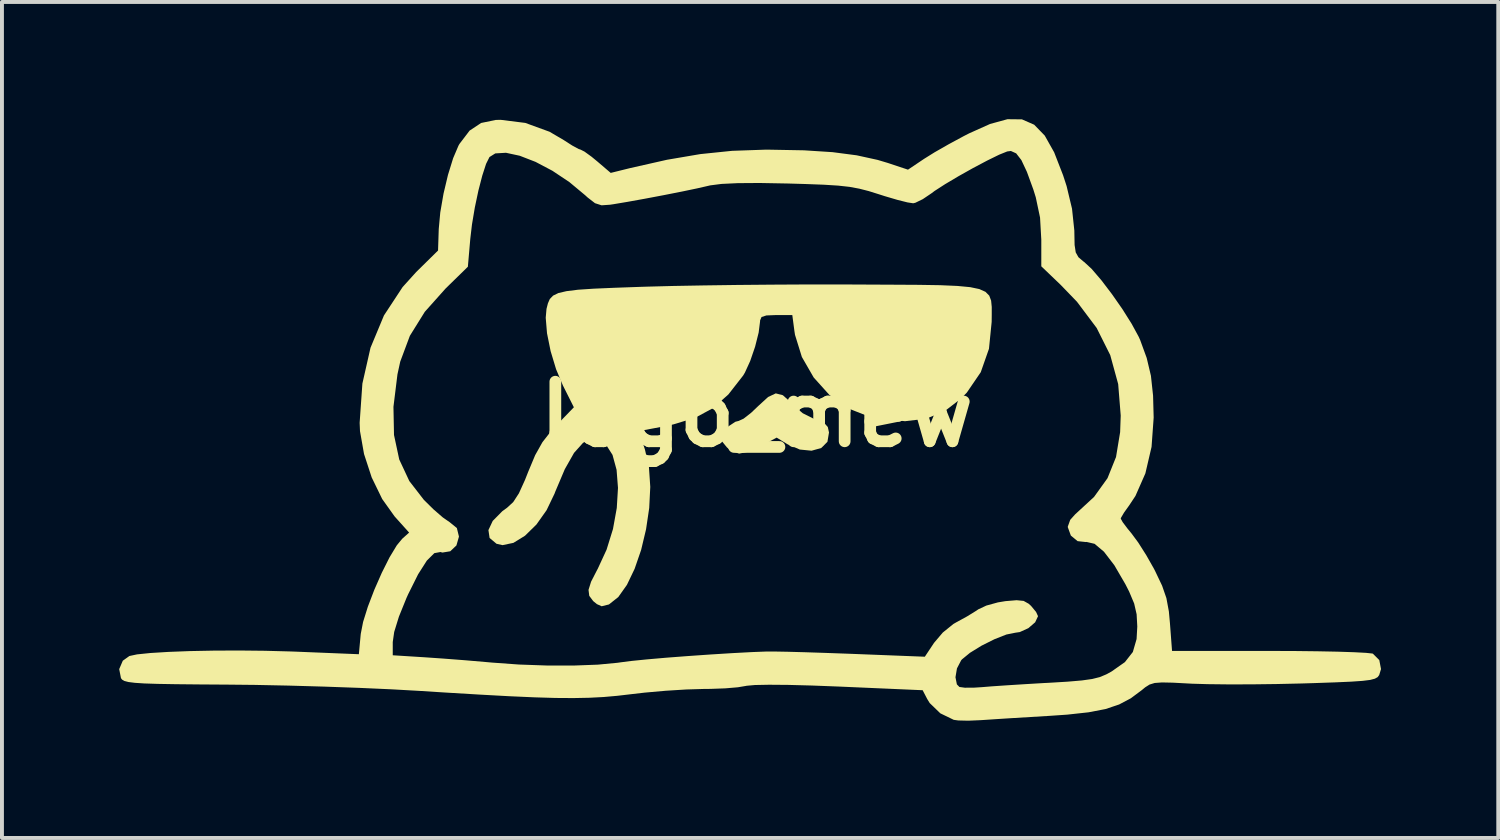
<source format=kicad_pcb>
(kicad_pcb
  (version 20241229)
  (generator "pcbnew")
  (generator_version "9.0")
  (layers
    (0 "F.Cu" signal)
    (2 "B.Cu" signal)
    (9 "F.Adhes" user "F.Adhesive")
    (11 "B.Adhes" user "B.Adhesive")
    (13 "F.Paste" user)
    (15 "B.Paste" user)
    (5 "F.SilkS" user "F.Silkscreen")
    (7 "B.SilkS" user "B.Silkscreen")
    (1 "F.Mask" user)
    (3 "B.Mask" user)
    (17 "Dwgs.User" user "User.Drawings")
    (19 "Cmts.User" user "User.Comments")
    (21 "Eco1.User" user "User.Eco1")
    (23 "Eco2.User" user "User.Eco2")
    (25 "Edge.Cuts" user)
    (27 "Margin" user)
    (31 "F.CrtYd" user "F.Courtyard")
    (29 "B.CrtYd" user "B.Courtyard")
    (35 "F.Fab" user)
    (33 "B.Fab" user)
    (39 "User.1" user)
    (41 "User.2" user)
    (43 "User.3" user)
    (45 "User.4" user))
  (footprint "logo_mew"
    (layer "F.Cu")
    (at 16.312 7.551)
    (property "Reference" "logo_mew" (at 0 0 0) (layer "F.SilkS") (effects (font (size 1.524 1.524) (thickness 0.3))))
    (attr board_only exclude_from_pos_files exclude_from_bom)
    (fp_poly (pts (xy 0.668 -0.489) (xy 0.874 -0.305) (xy 0.943 -0.226) (xy 1.179 -0.027) (xy 1.461 0.115) (xy 1.493 0.125) (xy 1.714 0.208) (xy 1.818 0.324) (xy 1.849 0.464) (xy 1.809 0.703) (xy 1.65 0.862) (xy 1.403 0.931) (xy 1.102 0.901) (xy 0.784 0.764) (xy 0.51 0.596) (xy 0.115 0.806) (xy -0.213 0.958) (xy -0.45 1.005) (xy -0.637 0.948) (xy -0.762 0.847) (xy -0.886 0.695) (xy -0.931 0.593) (xy -0.866 0.455) (xy -0.716 0.301) (xy -0.545 0.19) (xy -0.463 0.169) (xy -0.338 0.112) (xy -0.146 -0.037) (xy 0.038 -0.212) (xy 0.29 -0.443) (xy 0.487 -0.536)) (stroke (width 0) (type solid)) (fill yes) (layer "F.SilkS"))
    (fp_poly (pts (xy 2.582 -3.321) (xy 3.435 -3.317) (xy 4.134 -3.313) (xy 4.695 -3.304) (xy 5.131 -3.285) (xy 5.46 -3.254) (xy 5.695 -3.205) (xy 5.853 -3.134) (xy 5.949 -3.037) (xy 5.997 -2.91) (xy 6.013 -2.748) (xy 6.013 -2.548) (xy 6.011 -2.364) (xy 5.942 -1.677) (xy 5.732 -1.078) (xy 5.377 -0.558) (xy 5.234 -0.409) (xy 4.811 -0.082) (xy 4.339 0.111) (xy 3.795 0.176) (xy 3.162 0.115) (xy 2.859 0.052) (xy 2.337 -0.153) (xy 1.86 -0.495) (xy 1.457 -0.943) (xy 1.155 -1.467) (xy 0.979 -2.034) (xy 0.964 -2.131) (xy 0.91 -2.54) (xy 0.497 -2.54) (xy 0.247 -2.53) (xy 0.123 -2.49) (xy 0.086 -2.403) (xy 0.085 -2.375) (xy 0.049 -2.091) (xy -0.042 -1.73) (xy -0.167 -1.365) (xy -0.303 -1.067) (xy -0.348 -0.992) (xy -0.725 -0.509) (xy -1.119 -0.158) (xy -1.575 0.088) (xy -2.137 0.259) (xy -2.343 0.302) (xy -2.648 0.36) (xy -2.879 0.403) (xy -2.995 0.423) (xy -3 0.423) (xy -2.987 0.496) (xy -2.931 0.685) (xy -2.86 0.903) (xy -2.758 1.35) (xy -2.724 1.856) (xy -2.751 2.396) (xy -2.832 2.942) (xy -2.958 3.47) (xy -3.124 3.952) (xy -3.321 4.363) (xy -3.543 4.676) (xy -3.782 4.865) (xy -3.968 4.911) (xy -4.09 4.856) (xy -4.185 4.778) (xy -4.285 4.644) (xy -4.304 4.491) (xy -4.238 4.281) (xy -4.08 3.974) (xy -4.07 3.957) (xy -3.842 3.463) (xy -3.678 2.934) (xy -3.581 2.397) (xy -3.55 1.883) (xy -3.586 1.42) (xy -3.69 1.038) (xy -3.864 0.765) (xy -3.983 0.676) (xy -4.213 0.626) (xy -4.443 0.728) (xy -4.674 0.986) (xy -4.911 1.404) (xy -5.158 1.987) (xy -5.172 2.026) (xy -5.377 2.453) (xy -5.637 2.82) (xy -5.929 3.106) (xy -6.226 3.289) (xy -6.505 3.347) (xy -6.658 3.312) (xy -6.835 3.164) (xy -6.865 2.962) (xy -6.755 2.727) (xy -6.51 2.479) (xy -6.388 2.39) (xy -6.231 2.246) (xy -6.085 2.021) (xy -5.93 1.68) (xy -5.85 1.477) (xy -5.669 1.044) (xy -5.483 0.713) (xy -5.254 0.419) (xy -5.124 0.28) (xy -4.679 -0.18) (xy -4.958 -0.736) (xy -5.134 -1.154) (xy -5.274 -1.618) (xy -5.366 -2.074) (xy -5.399 -2.471) (xy -5.379 -2.698) (xy -5.343 -2.839) (xy -5.294 -2.951) (xy -5.211 -3.037) (xy -5.075 -3.103) (xy -4.869 -3.151) (xy -4.573 -3.188) (xy -4.169 -3.215) (xy -3.636 -3.238) (xy -2.958 -3.262) (xy -2.794 -3.267) (xy -2.145 -3.284) (xy -1.368 -3.298) (xy -0.505 -3.31) (xy 0.403 -3.318) (xy 1.315 -3.323) (xy 2.188 -3.323)) (stroke (width 0) (type solid)) (fill yes) (layer "F.SilkS"))
    (fp_poly (pts (xy 6.786 -7.547) (xy 7.099 -7.41) (xy 7.369 -7.132) (xy 7.61 -6.704) (xy 7.838 -6.118) (xy 7.928 -5.842) (xy 8.067 -5.261) (xy 8.126 -4.703) (xy 8.127 -4.641) (xy 8.133 -4.333) (xy 8.162 -4.143) (xy 8.231 -4.02) (xy 8.356 -3.913) (xy 8.379 -3.897) (xy 8.571 -3.719) (xy 8.817 -3.432) (xy 9.088 -3.076) (xy 9.356 -2.692) (xy 9.592 -2.317) (xy 9.769 -1.992) (xy 9.809 -1.905) (xy 9.978 -1.442) (xy 10.086 -0.986) (xy 10.141 -0.476) (xy 10.156 0.085) (xy 10.102 0.833) (xy 9.944 1.511) (xy 9.69 2.088) (xy 9.532 2.327) (xy 9.397 2.516) (xy 9.32 2.647) (xy 9.313 2.669) (xy 9.364 2.76) (xy 9.493 2.931) (xy 9.588 3.046) (xy 9.761 3.28) (xy 9.966 3.603) (xy 10.164 3.952) (xy 10.192 4.007) (xy 10.372 4.385) (xy 10.482 4.703) (xy 10.545 5.044) (xy 10.573 5.35) (xy 10.626 6.054) (xy 13.123 6.054) (xy 13.763 6.056) (xy 14.352 6.063) (xy 14.867 6.073) (xy 15.287 6.087) (xy 15.589 6.103) (xy 15.75 6.12) (xy 15.766 6.125) (xy 15.929 6.288) (xy 15.973 6.518) (xy 15.926 6.672) (xy 15.887 6.724) (xy 15.816 6.764) (xy 15.694 6.796) (xy 15.498 6.82) (xy 15.207 6.84) (xy 14.801 6.858) (xy 14.257 6.877) (xy 13.923 6.887) (xy 13.298 6.901) (xy 12.664 6.909) (xy 12.064 6.91) (xy 11.538 6.904) (xy 11.131 6.892) (xy 11.06 6.888) (xy 10.648 6.866) (xy 10.368 6.86) (xy 10.181 6.874) (xy 10.051 6.914) (xy 9.939 6.985) (xy 9.853 7.056) (xy 9.571 7.266) (xy 9.272 7.424) (xy 8.923 7.541) (xy 8.491 7.624) (xy 7.943 7.684) (xy 7.493 7.715) (xy 6.997 7.745) (xy 6.515 7.774) (xy 6.094 7.801) (xy 5.781 7.822) (xy 5.715 7.826) (xy 5.412 7.839) (xy 5.158 7.833) (xy 5.041 7.817) (xy 4.697 7.65) (xy 4.426 7.388) (xy 4.362 7.284) (xy 4.245 7.059) (xy 2.116 6.966) (xy 1.412 6.939) (xy 0.806 6.923) (xy 0.315 6.919) (xy -0.045 6.926) (xy -0.256 6.945) (xy -0.281 6.95) (xy -0.484 6.984) (xy -0.802 7.011) (xy -1.181 7.025) (xy -1.368 7.027) (xy -1.803 7.04) (xy -2.33 7.073) (xy -2.87 7.121) (xy -3.216 7.161) (xy -3.567 7.202) (xy -3.917 7.233) (xy -4.284 7.252) (xy -4.688 7.26) (xy -5.15 7.257) (xy -5.688 7.241) (xy -6.323 7.213) (xy -7.073 7.172) (xy -7.96 7.119) (xy -8.636 7.076) (xy -9.344 7.036) (xy -10.17 6.999) (xy -11.063 6.967) (xy -11.973 6.941) (xy -12.847 6.923) (xy -13.531 6.916) (xy -14.275 6.911) (xy -14.867 6.905) (xy -15.325 6.897) (xy -15.668 6.886) (xy -15.912 6.87) (xy -16.077 6.849) (xy -16.18 6.822) (xy -16.238 6.788) (xy -16.267 6.75) (xy -16.312 6.519) (xy -16.22 6.304) (xy -16.052 6.184) (xy -15.963 6.165) (xy -9.313 6.165) (xy -8.488 6.217) (xy -8.014 6.25) (xy -7.467 6.292) (xy -6.941 6.337) (xy -6.773 6.352) (xy -6.083 6.402) (xy -5.372 6.427) (xy -4.685 6.428) (xy -4.067 6.405) (xy -3.562 6.357) (xy -3.471 6.344) (xy -3.205 6.31) (xy -2.807 6.27) (xy -2.313 6.227) (xy -1.76 6.185) (xy -1.185 6.145) (xy -0.624 6.11) (xy -0.115 6.083) (xy 0.254 6.069) (xy 0.452 6.069) (xy 0.788 6.075) (xy 1.23 6.087) (xy 1.747 6.104) (xy 2.307 6.124) (xy 2.468 6.13) (xy 4.301 6.202) (xy 4.537 5.847) (xy 4.76 5.584) (xy 5.032 5.364) (xy 5.114 5.317) (xy 5.381 5.171) (xy 5.621 5.023) (xy 5.67 4.989) (xy 5.876 4.893) (xy 6.17 4.812) (xy 6.362 4.78) (xy 6.65 4.756) (xy 6.829 4.774) (xy 6.959 4.847) (xy 7.019 4.902) (xy 7.147 5.056) (xy 7.197 5.165) (xy 7.124 5.321) (xy 6.949 5.472) (xy 6.731 5.571) (xy 6.616 5.588) (xy 6.388 5.634) (xy 6.081 5.755) (xy 5.751 5.92) (xy 5.456 6.102) (xy 5.25 6.271) (xy 5.23 6.295) (xy 5.123 6.501) (xy 5.085 6.727) (xy 5.121 6.91) (xy 5.186 6.976) (xy 5.325 6.995) (xy 5.569 6.993) (xy 5.757 6.981) (xy 6.015 6.96) (xy 6.395 6.934) (xy 6.851 6.905) (xy 7.337 6.876) (xy 7.462 6.87) (xy 7.958 6.84) (xy 8.32 6.809) (xy 8.582 6.772) (xy 8.778 6.723) (xy 8.943 6.654) (xy 9.08 6.579) (xy 9.42 6.34) (xy 9.623 6.081) (xy 9.719 5.75) (xy 9.737 5.429) (xy 9.72 5.116) (xy 9.657 4.841) (xy 9.528 4.534) (xy 9.432 4.346) (xy 9.15 3.862) (xy 8.884 3.515) (xy 8.644 3.313) (xy 8.438 3.265) (xy 8.422 3.268) (xy 8.21 3.245) (xy 8.037 3.102) (xy 7.959 2.888) (xy 7.959 2.872) (xy 8.021 2.7) (xy 8.146 2.56) (xy 8.631 2.113) (xy 8.975 1.634) (xy 9.193 1.092) (xy 9.298 0.456) (xy 9.313 0.032) (xy 9.248 -0.774) (xy 9.045 -1.515) (xy 8.697 -2.21) (xy 8.194 -2.88) (xy 7.778 -3.311) (xy 7.281 -3.787) (xy 7.281 -4.468) (xy 7.249 -5.034) (xy 7.14 -5.551) (xy 7.077 -5.753) (xy 6.913 -6.203) (xy 6.771 -6.505) (xy 6.638 -6.677) (xy 6.503 -6.738) (xy 6.409 -6.726) (xy 6.203 -6.643) (xy 5.897 -6.493) (xy 5.536 -6.302) (xy 5.162 -6.092) (xy 4.82 -5.889) (xy 4.552 -5.716) (xy 4.469 -5.654) (xy 4.248 -5.505) (xy 4.059 -5.413) (xy 4.003 -5.4) (xy 3.858 -5.422) (xy 3.599 -5.487) (xy 3.273 -5.583) (xy 3.133 -5.628) (xy 2.865 -5.712) (xy 2.623 -5.774) (xy 2.373 -5.82) (xy 2.082 -5.852) (xy 1.714 -5.875) (xy 1.237 -5.893) (xy 0.786 -5.906) (xy 0.073 -5.919) (xy -0.486 -5.915) (xy -0.902 -5.895) (xy -1.19 -5.858) (xy -1.246 -5.845) (xy -1.521 -5.782) (xy -1.913 -5.7) (xy -2.374 -5.609) (xy -2.854 -5.518) (xy -3.303 -5.437) (xy -3.672 -5.375) (xy -3.754 -5.363) (xy -3.97 -5.348) (xy -4.138 -5.402) (xy -4.328 -5.549) (xy -4.389 -5.605) (xy -4.795 -5.943) (xy -5.227 -6.231) (xy -5.659 -6.459) (xy -6.064 -6.616) (xy -6.416 -6.692) (xy -6.689 -6.676) (xy -6.838 -6.583) (xy -6.925 -6.409) (xy -7.022 -6.109) (xy -7.122 -5.723) (xy -7.213 -5.292) (xy -7.286 -4.857) (xy -7.329 -4.491) (xy -7.391 -3.776) (xy -7.959 -3.221) (xy -8.493 -2.623) (xy -8.875 -2.009) (xy -9.121 -1.35) (xy -9.193 -1.021) (xy -9.295 -0.192) (xy -9.281 0.528) (xy -9.147 1.155) (xy -8.889 1.707) (xy -8.517 2.188) (xy -8.27 2.432) (xy -8.032 2.638) (xy -7.855 2.761) (xy -7.854 2.762) (xy -7.673 2.909) (xy -7.62 3.124) (xy -7.62 3.132) (xy -7.684 3.355) (xy -7.842 3.504) (xy -8.043 3.537) (xy -8.092 3.523) (xy -8.249 3.552) (xy -8.441 3.743) (xy -8.664 4.093) (xy -8.917 4.6) (xy -8.961 4.697) (xy -9.155 5.176) (xy -9.276 5.568) (xy -9.313 5.827) (xy -9.313 6.165) (xy -15.963 6.165) (xy -15.855 6.142) (xy -15.514 6.107) (xy -15.057 6.079) (xy -14.51 6.058) (xy -13.898 6.046) (xy -13.248 6.043) (xy -12.587 6.05) (xy -11.94 6.067) (xy -11.8 6.072) (xy -10.18 6.138) (xy -10.132 5.62) (xy -10.072 5.313) (xy -9.95 4.922) (xy -9.784 4.488) (xy -9.593 4.054) (xy -9.396 3.661) (xy -9.21 3.353) (xy -9.072 3.185) (xy -8.894 3.026) (xy -9.265 2.613) (xy -9.583 2.167) (xy -9.852 1.614) (xy -10.048 1.015) (xy -10.151 0.43) (xy -10.16 0.218) (xy -10.09 -0.786) (xy -9.882 -1.704) (xy -9.538 -2.53) (xy -9.06 -3.257) (xy -8.713 -3.641) (xy -8.154 -4.191) (xy -8.136 -4.741) (xy -8.097 -5.166) (xy -8.014 -5.646) (xy -7.9 -6.126) (xy -7.768 -6.553) (xy -7.631 -6.875) (xy -7.605 -6.92) (xy -7.346 -7.26) (xy -7.051 -7.455) (xy -6.677 -7.532) (xy -6.553 -7.535) (xy -5.921 -7.456) (xy -5.301 -7.23) (xy -4.938 -7.017) (xy -4.72 -6.877) (xy -4.557 -6.789) (xy -4.508 -6.773) (xy -4.407 -6.722) (xy -4.226 -6.591) (xy -4.085 -6.475) (xy -3.736 -6.177) (xy -3.244 -6.299) (xy -2.297 -6.513) (xy -1.445 -6.658) (xy -0.631 -6.742) (xy 0.201 -6.771) (xy 0.339 -6.771) (xy 1.209 -6.755) (xy 1.939 -6.708) (xy 2.558 -6.627) (xy 3.092 -6.51) (xy 3.353 -6.432) (xy 3.87 -6.26) (xy 4.284 -6.538) (xy 4.552 -6.705) (xy 4.911 -6.91) (xy 5.296 -7.118) (xy 5.437 -7.19) (xy 5.97 -7.429) (xy 6.415 -7.551)) (stroke (width 0) (type solid)) (fill yes) (layer "F.SilkS")))
  (gr_rect
    (start -3 -3)
    (end 35.285 18.39)
    (stroke (width 0.1) (type default))
    (fill no)
    (layer "Edge.Cuts")))
</source>
